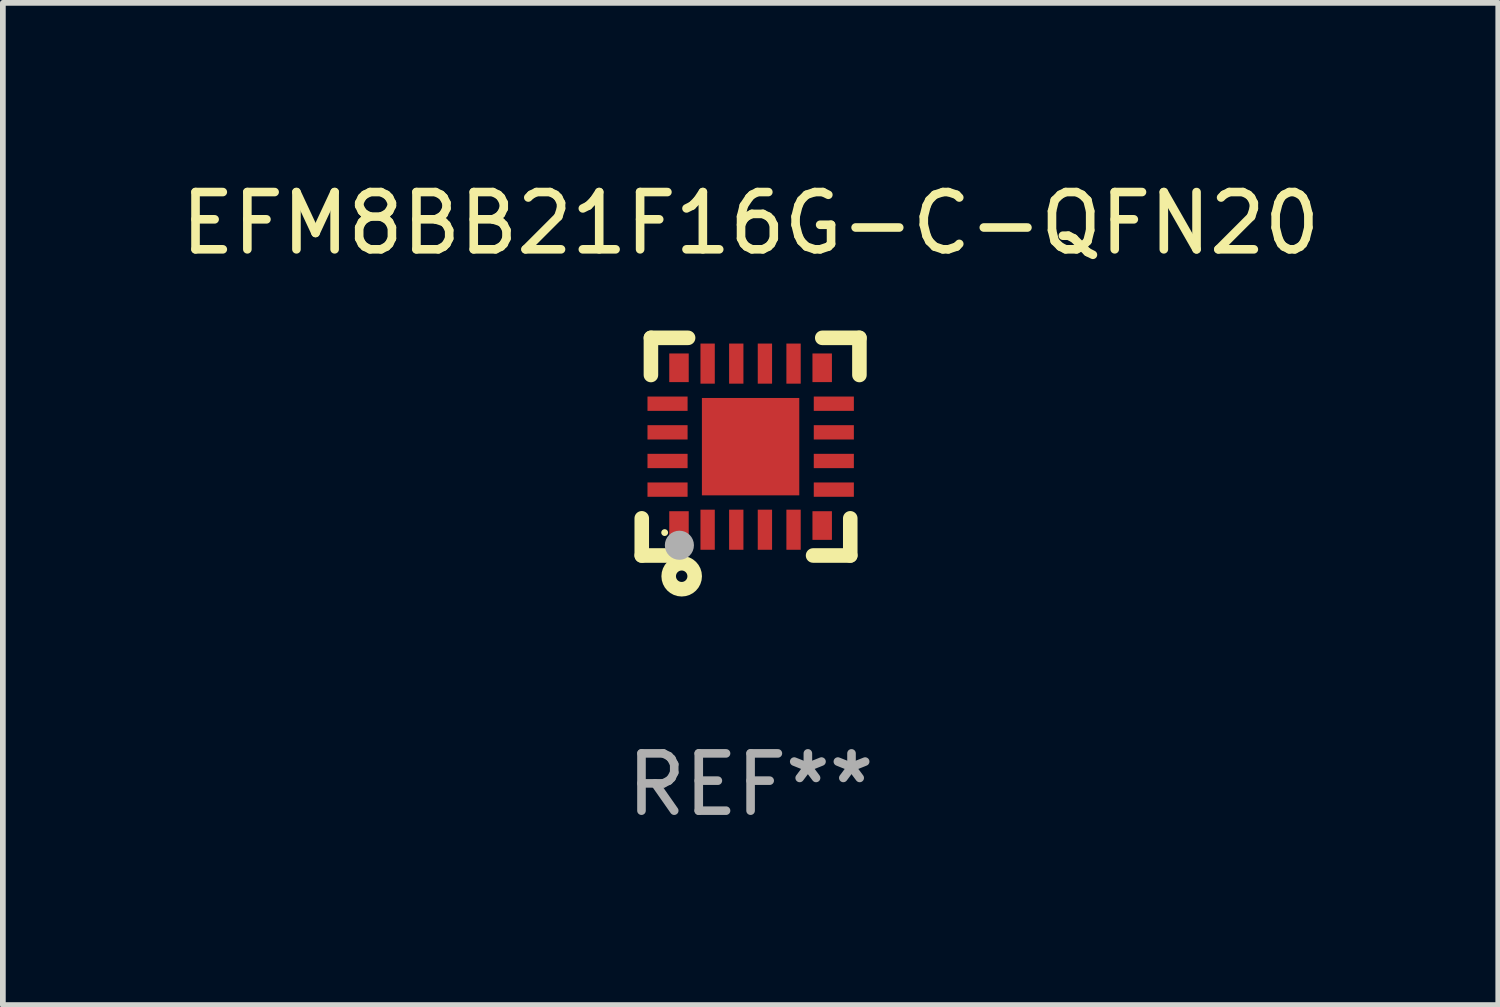
<source format=kicad_pcb>
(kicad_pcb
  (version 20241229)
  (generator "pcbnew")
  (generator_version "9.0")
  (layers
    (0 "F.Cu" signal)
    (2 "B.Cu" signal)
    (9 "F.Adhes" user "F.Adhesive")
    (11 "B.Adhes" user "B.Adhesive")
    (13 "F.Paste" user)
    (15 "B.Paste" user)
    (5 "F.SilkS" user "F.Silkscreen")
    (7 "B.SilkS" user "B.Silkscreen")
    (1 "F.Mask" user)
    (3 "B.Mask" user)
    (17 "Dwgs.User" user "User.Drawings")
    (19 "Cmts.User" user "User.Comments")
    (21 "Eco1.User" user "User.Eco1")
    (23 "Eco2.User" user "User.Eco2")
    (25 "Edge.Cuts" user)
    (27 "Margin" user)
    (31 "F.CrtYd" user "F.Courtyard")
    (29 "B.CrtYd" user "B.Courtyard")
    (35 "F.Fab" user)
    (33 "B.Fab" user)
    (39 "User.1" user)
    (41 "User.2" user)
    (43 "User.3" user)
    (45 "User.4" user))
  (footprint "EFM8BB21F16G-C-QFN20"
    (layer "F.Cu")
    (at 10.054 4.748)
    (property "Reference" "EFM8BB21F16G-C-QFN20" (at 0 -3.9 0) (layer "F.SilkS") (effects (font (size 1 1) (thickness 0.15))))
    (attr through_hole)
    (fp_line (start -1.9 1.9) (end -1.9 1.251) (stroke (width 0.254) (type solid)) (layer "F.SilkS"))
    (fp_line (start -1.9 1.9) (end -1.251 1.9) (stroke (width 0.254) (type solid)) (layer "F.SilkS"))
    (fp_line (start -1.74 -1.9) (end -1.74 -1.251) (stroke (width 0.254) (type solid)) (layer "F.SilkS"))
    (fp_line (start -1.74 -1.9) (end -1.091 -1.9) (stroke (width 0.254) (type solid)) (layer "F.SilkS"))
    (fp_line (start 1.74 1.9) (end 1.091 1.9) (stroke (width 0.254) (type solid)) (layer "F.SilkS"))
    (fp_line (start 1.74 1.9) (end 1.74 1.251) (stroke (width 0.254) (type solid)) (layer "F.SilkS"))
    (fp_line (start 1.9 -1.9) (end 1.251 -1.9) (stroke (width 0.254) (type solid)) (layer "F.SilkS"))
    (fp_line (start 1.9 -1.9) (end 1.9 -1.251) (stroke (width 0.254) (type solid)) (layer "F.SilkS"))
    (fp_circle (center -1.5 1.5) (end -1.47 1.5) (stroke (width 0.06) (type solid)) (fill no) (layer "F.SilkS"))
    (fp_circle (center -1.203 2.262) (end -1.103 2.262) (stroke (width 0.254) (type solid)) (fill no) (layer "F.SilkS"))
    (fp_circle (center -1.243 1.721) (end -1.116 1.721) (stroke (width 0.254) (type solid)) (fill no) (layer "F.Fab"))
    (fp_text user "REF**" (at 0 5.9 0) (layer "F.Fab") (effects (font (size 1 1) (thickness 0.15))))
    (pad "1" smd rect (at -1.25 1.377) (size 0.34 0.5) (layers "F.Cu" "F.Mask" "F.Paste"))
    (pad "2" smd rect (at -0.75 1.45) (size 0.25 0.7) (layers "F.Cu" "F.Mask" "F.Paste"))
    (pad "3" smd rect (at -0.25 1.45) (size 0.25 0.7) (layers "F.Cu" "F.Mask" "F.Paste"))
    (pad "4" smd rect (at 0.25 1.45) (size 0.25 0.7) (layers "F.Cu" "F.Mask" "F.Paste"))
    (pad "5" smd rect (at 0.75 1.45) (size 0.25 0.7) (layers "F.Cu" "F.Mask" "F.Paste"))
    (pad "6" smd rect (at 1.25 1.377) (size 0.34 0.5) (layers "F.Cu" "F.Mask" "F.Paste"))
    (pad "7" smd rect (at 1.453 0.75) (size 0.7 0.25) (layers "F.Cu" "F.Mask" "F.Paste"))
    (pad "8" smd rect (at 1.453 0.25) (size 0.7 0.25) (layers "F.Cu" "F.Mask" "F.Paste"))
    (pad "9" smd rect (at 1.453 -0.25) (size 0.7 0.25) (layers "F.Cu" "F.Mask" "F.Paste"))
    (pad "10" smd rect (at 1.453 -0.75) (size 0.7 0.25) (layers "F.Cu" "F.Mask" "F.Paste"))
    (pad "11" smd rect (at 1.25 -1.377) (size 0.34 0.5) (layers "F.Cu" "F.Mask" "F.Paste"))
    (pad "12" smd rect (at 0.75 -1.45) (size 0.25 0.7) (layers "F.Cu" "F.Mask" "F.Paste"))
    (pad "13" smd rect (at 0.25 -1.45) (size 0.25 0.7) (layers "F.Cu" "F.Mask" "F.Paste"))
    (pad "14" smd rect (at -0.25 -1.45) (size 0.25 0.7) (layers "F.Cu" "F.Mask" "F.Paste"))
    (pad "15" smd rect (at -0.75 -1.45) (size 0.25 0.7) (layers "F.Cu" "F.Mask" "F.Paste"))
    (pad "16" smd rect (at -1.25 -1.377) (size 0.34 0.5) (layers "F.Cu" "F.Mask" "F.Paste"))
    (pad "17" smd rect (at -1.45 -0.75) (size 0.7 0.25) (layers "F.Cu" "F.Mask" "F.Paste"))
    (pad "18" smd rect (at -1.45 -0.25) (size 0.7 0.25) (layers "F.Cu" "F.Mask" "F.Paste"))
    (pad "19" smd rect (at -1.45 0.25) (size 0.7 0.25) (layers "F.Cu" "F.Mask" "F.Paste"))
    (pad "20" smd rect (at -1.45 0.75) (size 0.7 0.25) (layers "F.Cu" "F.Mask" "F.Paste"))
    (pad "21" smd rect (at 0 0) (size 1.7 1.7) (layers "F.Cu" "F.Mask" "F.Paste")))
  (gr_rect
    (start -3 -3)
    (end 23.107 14.497)
    (stroke (width 0.1) (type default))
    (fill no)
    (layer "Edge.Cuts")))
</source>
